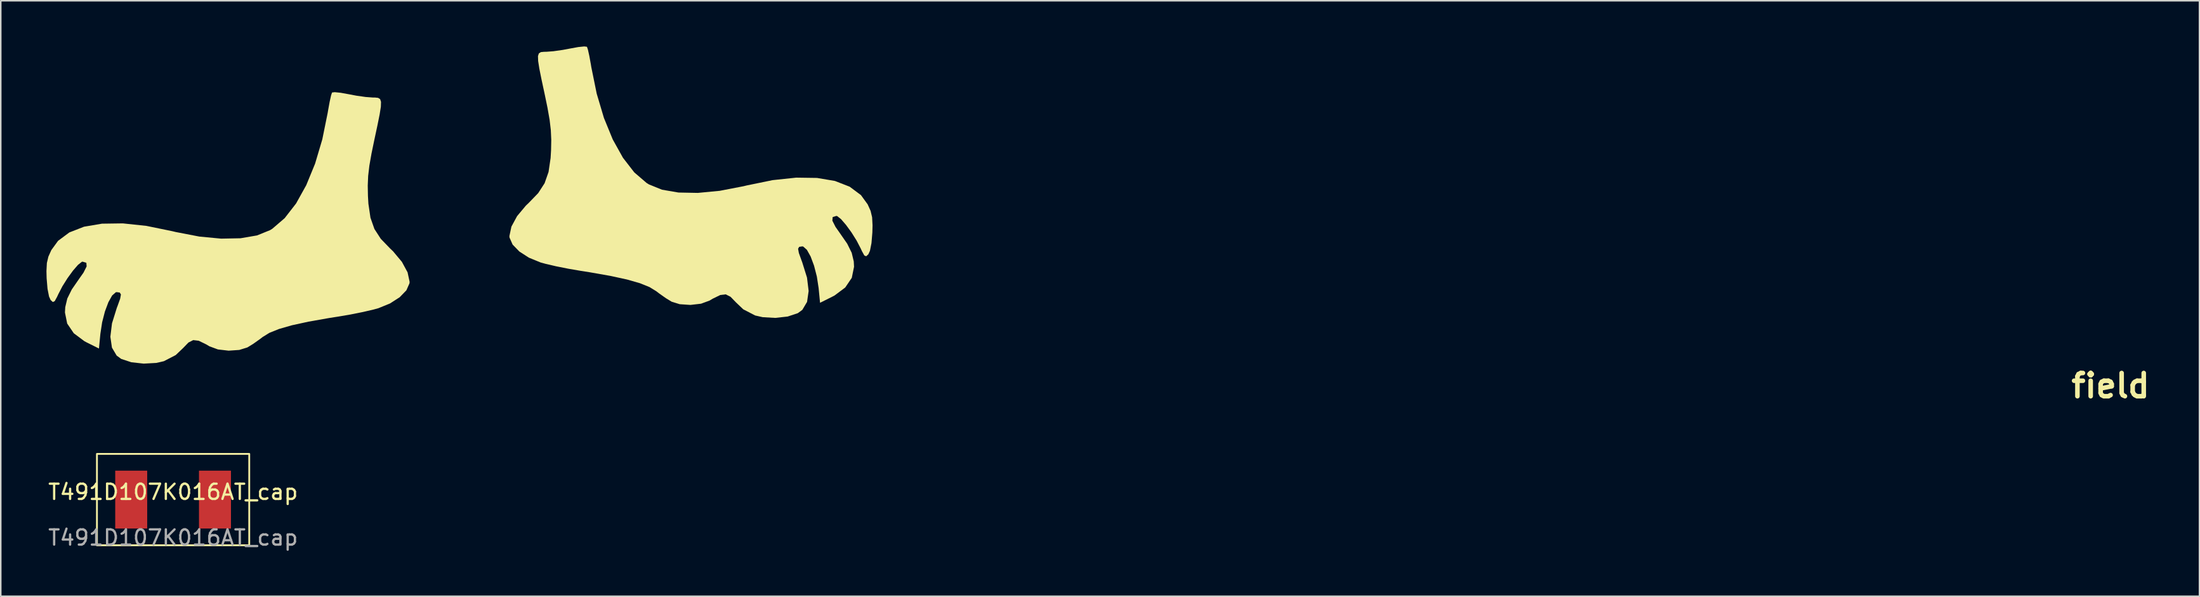
<source format=kicad_pcb>
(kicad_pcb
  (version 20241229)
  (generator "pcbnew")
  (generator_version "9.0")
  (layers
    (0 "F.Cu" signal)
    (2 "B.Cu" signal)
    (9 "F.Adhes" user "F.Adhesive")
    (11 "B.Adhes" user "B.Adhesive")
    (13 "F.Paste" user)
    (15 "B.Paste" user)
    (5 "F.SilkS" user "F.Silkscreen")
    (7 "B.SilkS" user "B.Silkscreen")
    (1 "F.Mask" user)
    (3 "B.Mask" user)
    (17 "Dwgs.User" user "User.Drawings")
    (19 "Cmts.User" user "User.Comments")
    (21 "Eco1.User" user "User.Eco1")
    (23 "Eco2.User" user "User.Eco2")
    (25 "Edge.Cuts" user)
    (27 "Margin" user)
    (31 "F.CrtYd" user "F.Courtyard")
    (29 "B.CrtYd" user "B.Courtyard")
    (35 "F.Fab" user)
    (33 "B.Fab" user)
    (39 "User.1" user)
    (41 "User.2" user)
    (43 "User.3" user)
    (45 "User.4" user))
  (footprint "field"
    (layer "F.Cu")
    (at 27.753 13.264)
    (property "Reference" "field" (at 107.775 9.016 0) (layer "F.SilkS") (effects (font (size 1.524 1.524) (thickness 0.3))))
    (attr board_only exclude_from_pos_files exclude_from_bom)
    (fp_poly (pts (xy -9.001 -10.239) (xy -9.065 -10.049) (xy -9.157 -9.634) (xy -9.259 -9.074) (xy -9.287 -8.906) (xy -9.641 -7.161) (xy -10.115 -5.566) (xy -10.695 -4.153) (xy -11.364 -2.95) (xy -12.111 -1.988) (xy -12.918 -1.295) (xy -13.07 -1.2) (xy -13.926 -0.853) (xy -15.009 -0.667) (xy -16.285 -0.642) (xy -17.718 -0.779) (xy -19.274 -1.079) (xy -19.485 -1.13) (xy -21.192 -1.48) (xy -22.738 -1.644) (xy -24.108 -1.625) (xy -25.284 -1.426) (xy -26.251 -1.049) (xy -26.992 -0.497) (xy -27.433 0.11) (xy -27.625 0.536) (xy -27.725 0.956) (xy -27.753 1.487) (xy -27.741 1.961) (xy -27.683 2.651) (xy -27.583 3.159) (xy -27.478 3.39) (xy -27.334 3.52) (xy -27.212 3.465) (xy -27.055 3.181) (xy -26.976 3.009) (xy -26.707 2.489) (xy -26.368 1.95) (xy -26.009 1.457) (xy -25.681 1.079) (xy -25.434 0.882) (xy -25.38 0.869) (xy -25.134 0.944) (xy -25.114 1.181) (xy -25.323 1.594) (xy -25.597 1.982) (xy -26.089 2.694) (xy -26.384 3.29) (xy -26.519 3.857) (xy -26.538 4.209) (xy -26.391 4.935) (xy -25.959 5.571) (xy -25.259 6.094) (xy -25.109 6.174) (xy -24.306 6.574) (xy -24.212 5.607) (xy -24.097 4.853) (xy -23.914 4.141) (xy -23.687 3.534) (xy -23.441 3.093) (xy -23.2 2.88) (xy -23.141 2.87) (xy -22.938 2.899) (xy -22.863 3.025) (xy -22.915 3.307) (xy -23.093 3.802) (xy -23.133 3.903) (xy -23.45 4.923) (xy -23.557 5.801) (xy -23.453 6.515) (xy -23.143 7.038) (xy -22.844 7.257) (xy -22.18 7.476) (xy -21.368 7.566) (xy -20.542 7.52) (xy -20.045 7.407) (xy -19.265 7.004) (xy -18.787 6.549) (xy -18.43 6.181) (xy -18.115 6.021) (xy -17.756 6.063) (xy -17.269 6.3) (xy -17.053 6.428) (xy -16.494 6.634) (xy -15.793 6.715) (xy -15.092 6.667) (xy -14.562 6.503) (xy -14.182 6.271) (xy -13.724 5.946) (xy -13.562 5.821) (xy -13.116 5.545) (xy -12.483 5.29) (xy -11.636 5.047) (xy -10.548 4.81) (xy -9.19 4.57) (xy -8.604 4.478) (xy -7.792 4.34) (xy -6.978 4.177) (xy -6.279 4.015) (xy -5.955 3.925) (xy -5.192 3.613) (xy -4.562 3.207) (xy -4.119 2.75) (xy -3.916 2.289) (xy -3.909 2.191) (xy -4.042 1.571) (xy -4.414 0.884) (xy -4.987 0.197) (xy -5.187 0.006) (xy -5.801 -0.63) (xy -6.219 -1.276) (xy -6.479 -2.016) (xy -6.614 -2.934) (xy -6.644 -3.442) (xy -6.657 -4.128) (xy -6.63 -4.762) (xy -6.551 -5.433) (xy -6.41 -6.232) (xy -6.23 -7.103) (xy -6.02 -8.085) (xy -5.875 -8.805) (xy -5.796 -9.306) (xy -5.786 -9.626) (xy -5.845 -9.806) (xy -5.975 -9.887) (xy -6.178 -9.909) (xy -6.334 -9.91) (xy -6.798 -9.945) (xy -7.411 -10.032) (xy -7.912 -10.127) (xy -8.432 -10.221) (xy -8.824 -10.261)) (stroke (width 0) (type solid)) (fill yes) (layer "F.SilkS"))
    (fp_poly (pts (xy 7.736 -13.242) (xy 7.8 -13.053) (xy 7.892 -12.638) (xy 7.994 -12.078) (xy 8.021 -11.91) (xy 8.376 -10.164) (xy 8.85 -8.57) (xy 9.429 -7.157) (xy 10.099 -5.954) (xy 10.845 -4.991) (xy 11.653 -4.298) (xy 11.805 -4.204) (xy 12.661 -3.856) (xy 13.744 -3.67) (xy 15.019 -3.646) (xy 16.453 -3.783) (xy 18.008 -4.083) (xy 18.22 -4.134) (xy 19.926 -4.484) (xy 21.473 -4.648) (xy 22.842 -4.629) (xy 24.019 -4.43) (xy 24.986 -4.053) (xy 25.727 -3.5) (xy 26.167 -2.893) (xy 26.359 -2.467) (xy 26.459 -2.047) (xy 26.487 -1.517) (xy 26.475 -1.042) (xy 26.418 -0.352) (xy 26.317 0.156) (xy 26.212 0.386) (xy 26.069 0.516) (xy 25.946 0.461) (xy 25.79 0.178) (xy 25.711 0.005) (xy 25.441 -0.514) (xy 25.102 -1.054) (xy 24.743 -1.546) (xy 24.416 -1.925) (xy 24.168 -2.121) (xy 24.114 -2.135) (xy 23.869 -2.059) (xy 23.849 -1.822) (xy 24.058 -1.41) (xy 24.331 -1.022) (xy 24.824 -0.31) (xy 25.119 0.287) (xy 25.254 0.853) (xy 25.273 1.205) (xy 25.125 1.931) (xy 24.694 2.567) (xy 23.994 3.091) (xy 23.843 3.17) (xy 23.041 3.571) (xy 22.947 2.604) (xy 22.831 1.849) (xy 22.648 1.137) (xy 22.422 0.53) (xy 22.176 0.09) (xy 21.935 -0.123) (xy 21.875 -0.134) (xy 21.673 -0.105) (xy 21.598 0.022) (xy 21.65 0.303) (xy 21.828 0.798) (xy 21.867 0.9) (xy 22.185 1.919) (xy 22.291 2.798) (xy 22.188 3.511) (xy 21.878 4.034) (xy 21.579 4.253) (xy 20.915 4.473) (xy 20.103 4.563) (xy 19.277 4.516) (xy 18.78 4.404) (xy 18 4) (xy 17.521 3.545) (xy 17.165 3.177) (xy 16.85 3.017) (xy 16.491 3.059) (xy 16.003 3.297) (xy 15.787 3.425) (xy 15.229 3.63) (xy 14.528 3.711) (xy 13.826 3.663) (xy 13.296 3.499) (xy 12.917 3.267) (xy 12.458 2.943) (xy 12.296 2.817) (xy 11.85 2.542) (xy 11.218 2.286) (xy 10.371 2.043) (xy 9.283 1.806) (xy 7.924 1.567) (xy 7.339 1.475) (xy 6.527 1.336) (xy 5.713 1.174) (xy 5.014 1.011) (xy 4.69 0.922) (xy 3.926 0.609) (xy 3.297 0.203) (xy 2.854 -0.253) (xy 2.651 -0.714) (xy 2.644 -0.812) (xy 2.776 -1.433) (xy 3.148 -2.12) (xy 3.721 -2.806) (xy 3.921 -2.998) (xy 4.535 -3.633) (xy 4.954 -4.28) (xy 5.214 -5.02) (xy 5.349 -5.938) (xy 5.379 -6.445) (xy 5.392 -7.132) (xy 5.364 -7.765) (xy 5.285 -8.437) (xy 5.145 -9.236) (xy 4.965 -10.107) (xy 4.754 -11.088) (xy 4.609 -11.809) (xy 4.531 -12.309) (xy 4.52 -12.63) (xy 4.579 -12.81) (xy 4.71 -12.891) (xy 4.913 -12.912) (xy 5.068 -12.914) (xy 5.532 -12.949) (xy 6.146 -13.036) (xy 6.646 -13.13) (xy 7.166 -13.224) (xy 7.559 -13.264)) (stroke (width 0) (type solid)) (fill yes) (layer "F.SilkS")))
  (footprint "T491D107K016AT_cap"
    (layer "F.Cu")
    (at 8.315 29.759)
    (property "Reference" "T491D107K016AT_cap" (at 0 -0.5 0) (unlocked yes) (layer "F.SilkS") (effects (font (size 1 1) (thickness 0.15))))
    (attr smd)
    (fp_rect (start -5 -3) (end 5 3) (stroke (width 0.12) (type solid)) (fill no) (layer "F.SilkS"))
    (fp_text user "${REFERENCE}" (at 0 2.5 0) (unlocked yes) (layer "F.Fab") (effects (font (size 1 1) (thickness 0.15))))
    (pad "1" smd rect (at -2.75 0 90) (size 3.8 2.1) (layers "F.Cu" "F.Mask" "F.Paste"))
    (pad "2" smd rect (at 2.75 0 90) (size 3.8 2.1) (layers "F.Cu" "F.Mask" "F.Paste")))
  (gr_rect
    (start -3 -3)
    (end 141.365 36.107)
    (stroke (width 0.1) (type default))
    (fill no)
    (layer "Edge.Cuts")))
</source>
